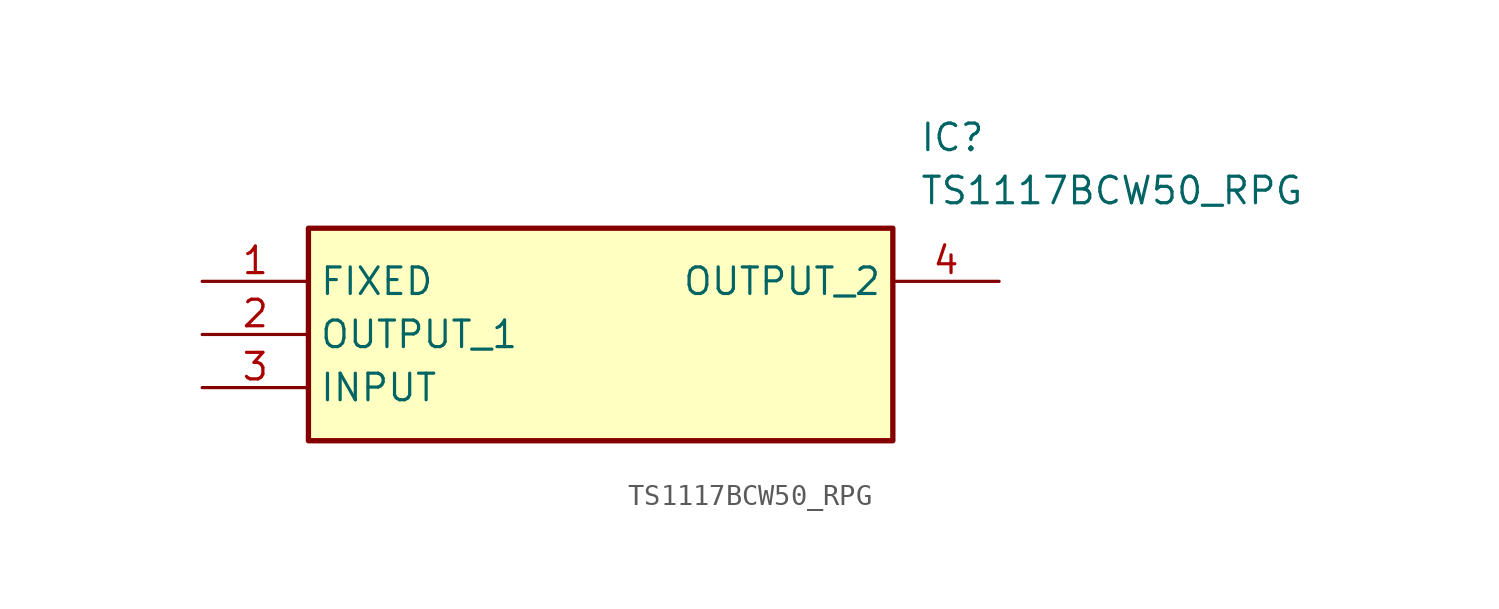
<source format=kicad_sym>
(kicad_symbol_lib
  (version 20211014)
  (generator SamacSys_ECAD_Model)
  (symbol "TS1117BCW50_RPG"
    (property "Reference" "IC"
      (at 34.29 7.62 0)
      (effects (font (size 1.27 1.27)) (justify left top)))
    (property "Value" "TS1117BCW50_RPG"
      (at 34.29 5.08 0)
      (effects (font (size 1.27 1.27)) (justify left top)))
    (rectangle
      (start 5.08 2.54)
      (end 33.02 -7.62)
      (stroke (width 0.254) (type default))
      (fill (type background)))
    (pin passive line
      (at 0 0 0)
      (length 5.08)
      (name "FIXED" (effects (font (size 1.27 1.27))))
      (number "1" (effects (font (size 1.27 1.27)))))
    (pin passive line
      (at 0 -2.54 0)
      (length 5.08)
      (name "OUTPUT_1" (effects (font (size 1.27 1.27))))
      (number "2" (effects (font (size 1.27 1.27)))))
    (pin passive line
      (at 0 -5.08 0)
      (length 5.08)
      (name "INPUT" (effects (font (size 1.27 1.27))))
      (number "3" (effects (font (size 1.27 1.27)))))
    (pin passive line
      (at 38.1 0 180)
      (length 5.08)
      (name "OUTPUT_2" (effects (font (size 1.27 1.27))))
      (number "4" (effects (font (size 1.27 1.27)))))))
</source>
